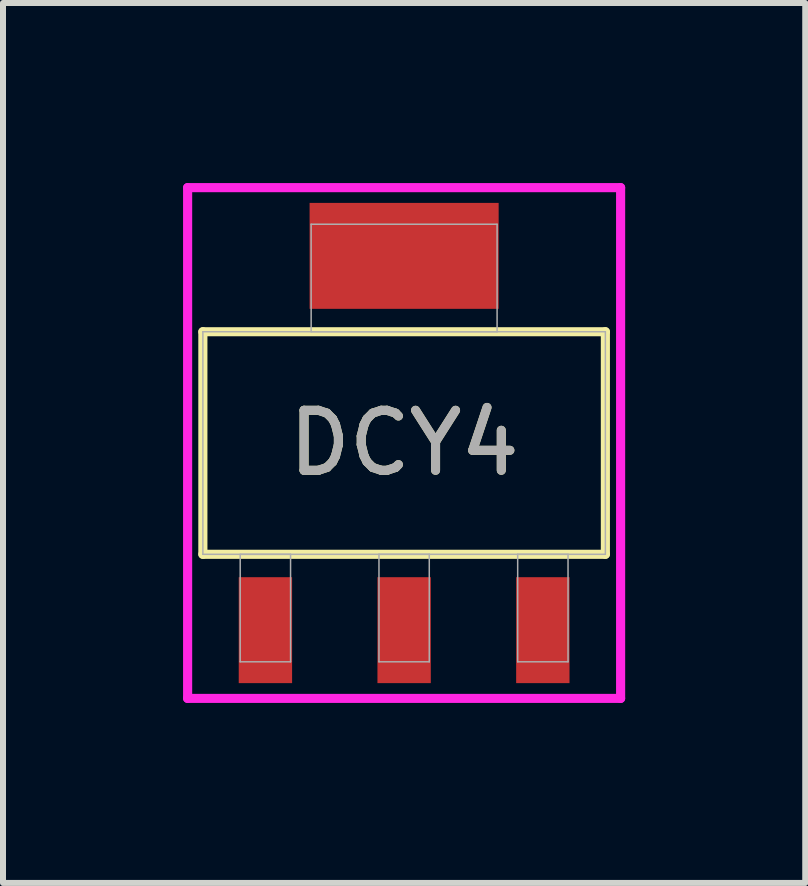
<source format=kicad_pcb>
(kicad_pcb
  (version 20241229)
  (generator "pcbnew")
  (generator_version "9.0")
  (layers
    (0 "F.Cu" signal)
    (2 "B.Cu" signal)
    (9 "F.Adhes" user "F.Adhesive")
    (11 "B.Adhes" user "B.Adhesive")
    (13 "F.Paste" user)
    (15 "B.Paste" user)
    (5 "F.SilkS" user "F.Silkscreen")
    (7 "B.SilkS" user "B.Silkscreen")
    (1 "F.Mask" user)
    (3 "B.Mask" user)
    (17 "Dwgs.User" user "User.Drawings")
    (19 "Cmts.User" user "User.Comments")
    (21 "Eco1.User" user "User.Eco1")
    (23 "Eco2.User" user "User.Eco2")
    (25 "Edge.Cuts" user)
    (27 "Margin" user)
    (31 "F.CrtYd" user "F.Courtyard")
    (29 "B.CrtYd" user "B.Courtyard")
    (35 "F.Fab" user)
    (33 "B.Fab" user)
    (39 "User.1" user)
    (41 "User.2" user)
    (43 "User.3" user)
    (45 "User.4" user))
  (footprint "DCY4"
    (layer "F.Cu")
    (at 3.683 4.331)
    (property "Reference" "DCY4" (at 0 0 0) (unlocked yes) (layer "F.SilkS") (effects (font (size 1 1) (thickness 0.15))))
    (attr smd)
    (fp_line (start -3.353 -1.854) (end -3.353 1.854) (stroke (width 0.152) (type solid)) (layer "F.SilkS"))
    (fp_line (start -3.353 1.854) (end 3.353 1.854) (stroke (width 0.152) (type solid)) (layer "F.SilkS"))
    (fp_line (start 3.353 -1.854) (end -3.353 -1.854) (stroke (width 0.152) (type solid)) (layer "F.SilkS"))
    (fp_line (start 3.353 1.854) (end 3.353 -1.854) (stroke (width 0.152) (type solid)) (layer "F.SilkS"))
    (fp_line (start -3.607 -4.255) (end 3.607 -4.255) (stroke (width 0.152) (type solid)) (layer "F.CrtYd"))
    (fp_line (start -3.607 4.255) (end -3.607 -4.255) (stroke (width 0.152) (type solid)) (layer "F.CrtYd"))
    (fp_line (start 3.607 -4.255) (end 3.607 4.255) (stroke (width 0.152) (type solid)) (layer "F.CrtYd"))
    (fp_line (start 3.607 4.255) (end -3.607 4.255) (stroke (width 0.152) (type solid)) (layer "F.CrtYd"))
    (fp_line (start -3.353 -1.854) (end -3.353 1.854) (stroke (width 0.025) (type solid)) (layer "F.Fab"))
    (fp_line (start -3.353 1.854) (end 3.353 1.854) (stroke (width 0.025) (type solid)) (layer "F.Fab"))
    (fp_line (start -2.731 1.854) (end -2.731 3.645) (stroke (width 0.025) (type solid)) (layer "F.Fab"))
    (fp_line (start -2.731 3.645) (end -1.892 3.645) (stroke (width 0.025) (type solid)) (layer "F.Fab"))
    (fp_line (start -1.892 1.854) (end -2.731 1.854) (stroke (width 0.025) (type solid)) (layer "F.Fab"))
    (fp_line (start -1.892 3.645) (end -1.892 1.854) (stroke (width 0.025) (type solid)) (layer "F.Fab"))
    (fp_line (start -1.549 -3.645) (end -1.549 -1.854) (stroke (width 0.025) (type solid)) (layer "F.Fab"))
    (fp_line (start -1.549 -1.854) (end 1.549 -1.854) (stroke (width 0.025) (type solid)) (layer "F.Fab"))
    (fp_line (start -0.419 1.854) (end -0.419 3.645) (stroke (width 0.025) (type solid)) (layer "F.Fab"))
    (fp_line (start -0.419 3.645) (end 0.419 3.645) (stroke (width 0.025) (type solid)) (layer "F.Fab"))
    (fp_line (start 0.419 1.854) (end -0.419 1.854) (stroke (width 0.025) (type solid)) (layer "F.Fab"))
    (fp_line (start 0.419 3.645) (end 0.419 1.854) (stroke (width 0.025) (type solid)) (layer "F.Fab"))
    (fp_line (start 1.549 -3.645) (end -1.549 -3.645) (stroke (width 0.025) (type solid)) (layer "F.Fab"))
    (fp_line (start 1.549 -1.854) (end 1.549 -3.645) (stroke (width 0.025) (type solid)) (layer "F.Fab"))
    (fp_line (start 1.892 1.854) (end 1.892 3.645) (stroke (width 0.025) (type solid)) (layer "F.Fab"))
    (fp_line (start 1.892 3.645) (end 2.731 3.645) (stroke (width 0.025) (type solid)) (layer "F.Fab"))
    (fp_line (start 2.731 1.854) (end 1.892 1.854) (stroke (width 0.025) (type solid)) (layer "F.Fab"))
    (fp_line (start 2.731 3.645) (end 2.731 1.854) (stroke (width 0.025) (type solid)) (layer "F.Fab"))
    (fp_line (start 3.353 -1.854) (end -3.353 -1.854) (stroke (width 0.025) (type solid)) (layer "F.Fab"))
    (fp_line (start 3.353 1.854) (end 3.353 -1.854) (stroke (width 0.025) (type solid)) (layer "F.Fab"))
    (fp_text user "${REFERENCE}" (at 0 0 0) (unlocked yes) (layer "F.Fab") (effects (font (size 1 1) (thickness 0.15))))
    (pad "1" smd rect (at -2.311 3.118) (size 0.889 1.765) (layers "F.Cu" "F.Mask" "F.Paste"))
    (pad "2" smd rect (at 0 3.118) (size 0.889 1.765) (layers "F.Cu" "F.Mask" "F.Paste"))
    (pad "3" smd rect (at 2.311 3.118) (size 0.889 1.765) (layers "F.Cu" "F.Mask" "F.Paste"))
    (pad "4" smd rect (at 0 -3.118) (size 3.15 1.765) (layers "F.Cu" "F.Mask" "F.Paste")))
  (gr_rect
    (start -3 -3)
    (end 10.366 11.661)
    (stroke (width 0.1) (type default))
    (fill no)
    (layer "Edge.Cuts")))
</source>
